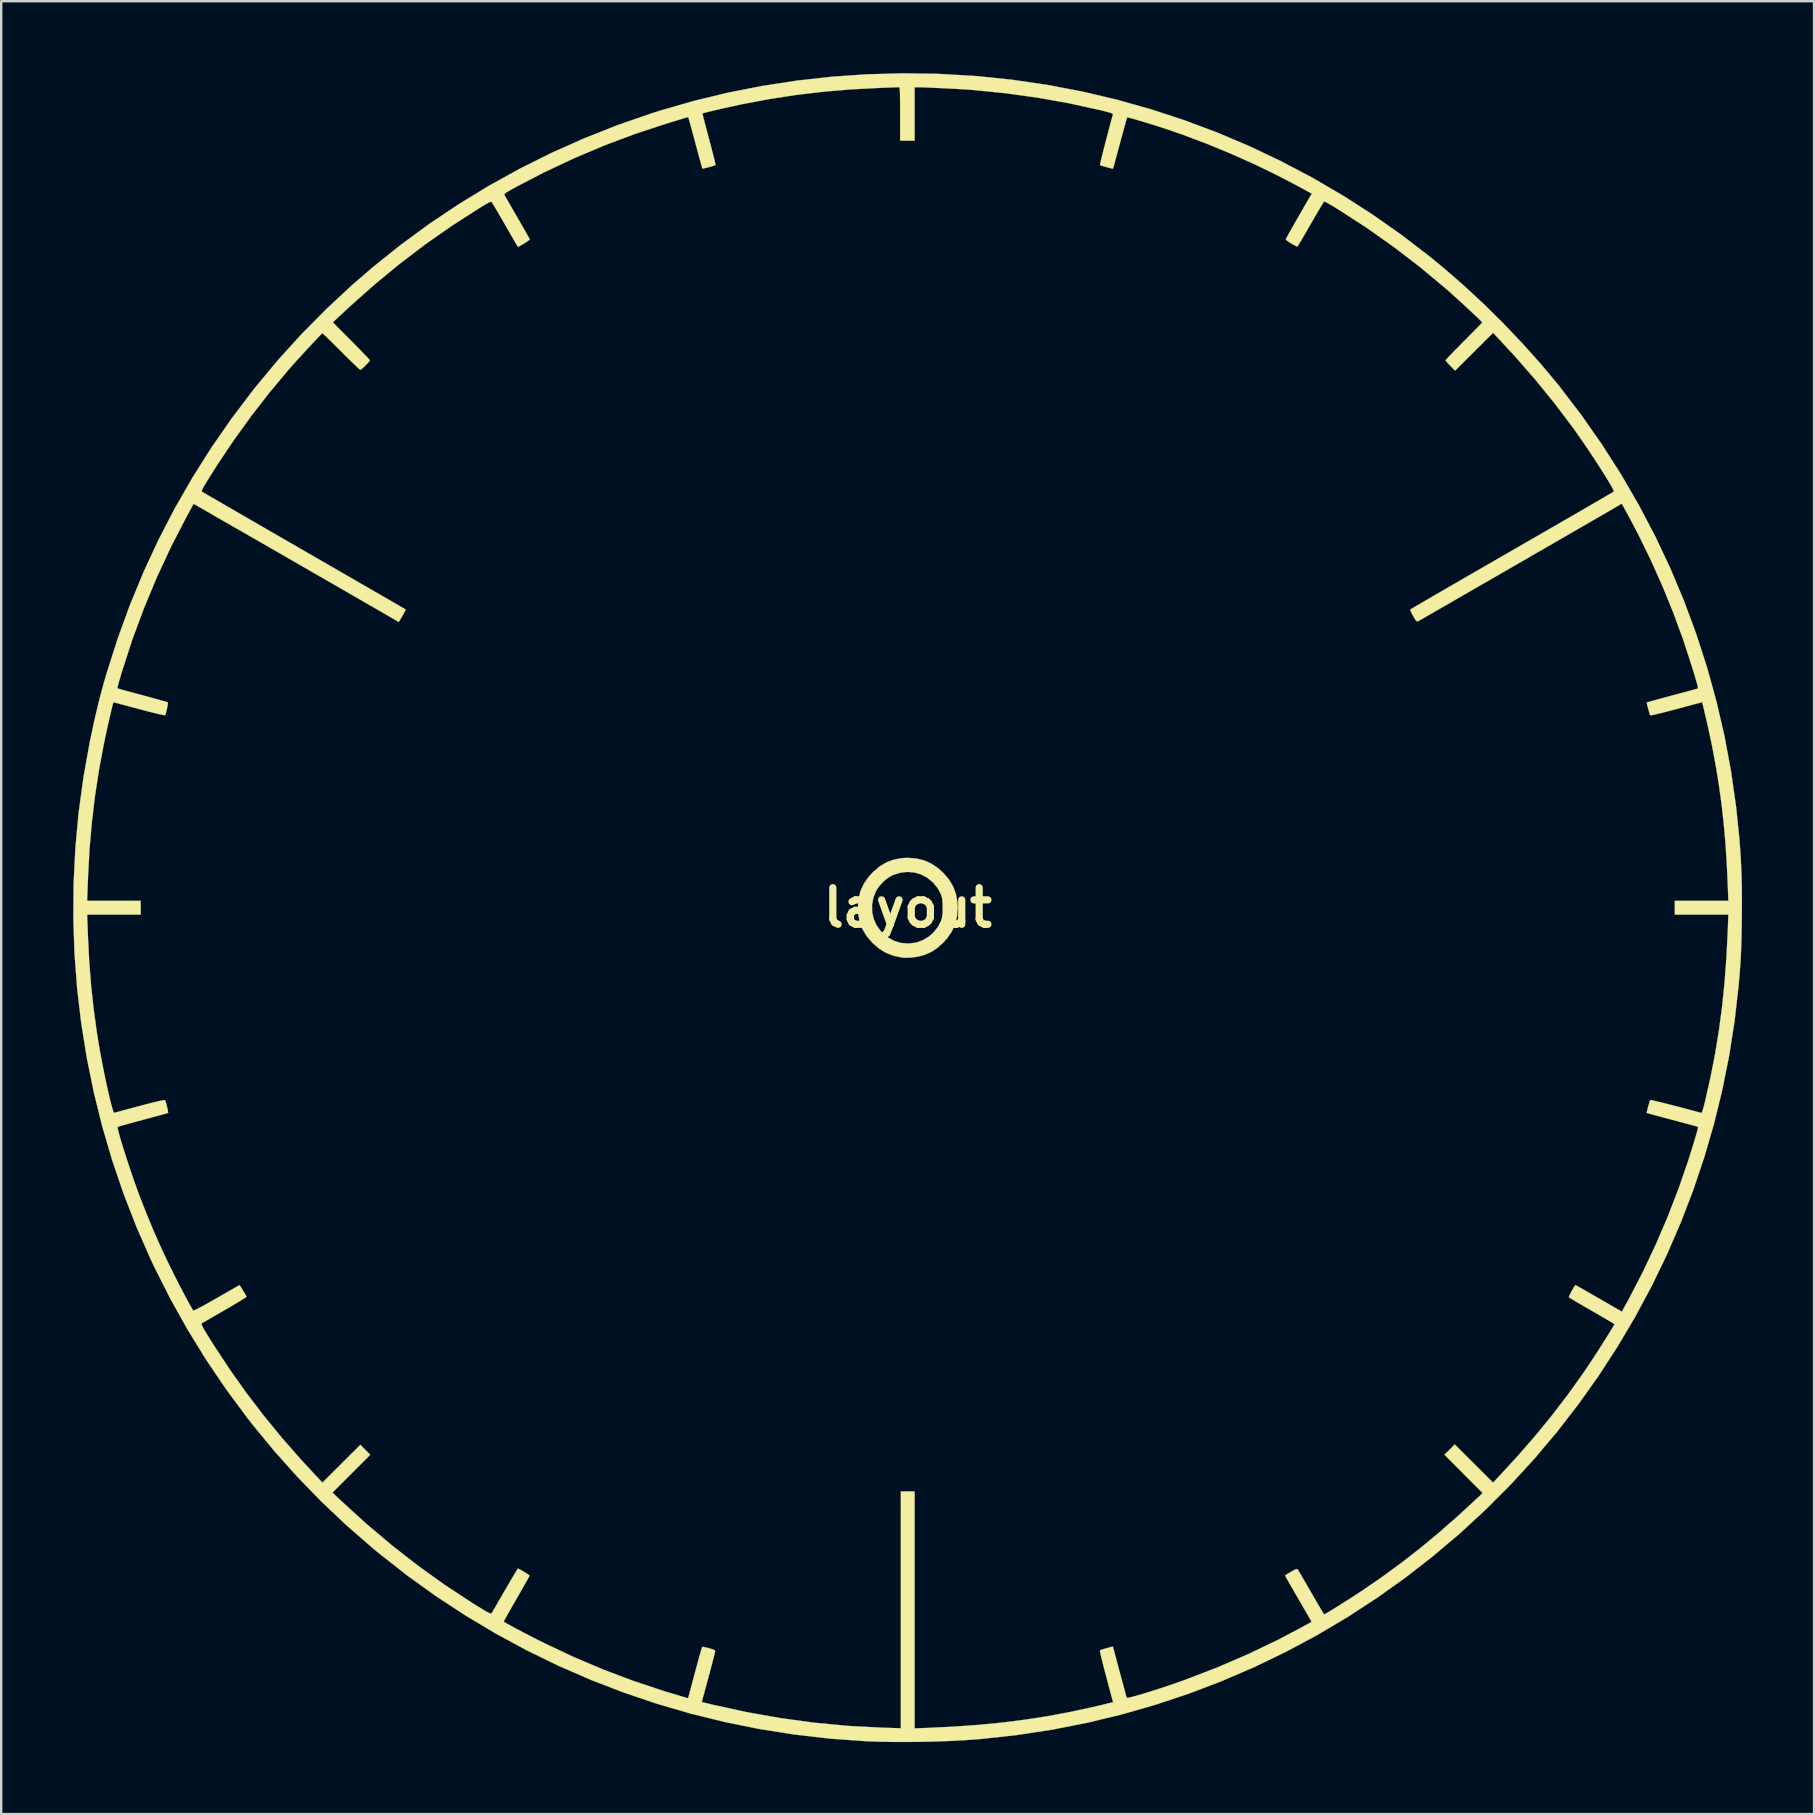
<source format=kicad_pcb>
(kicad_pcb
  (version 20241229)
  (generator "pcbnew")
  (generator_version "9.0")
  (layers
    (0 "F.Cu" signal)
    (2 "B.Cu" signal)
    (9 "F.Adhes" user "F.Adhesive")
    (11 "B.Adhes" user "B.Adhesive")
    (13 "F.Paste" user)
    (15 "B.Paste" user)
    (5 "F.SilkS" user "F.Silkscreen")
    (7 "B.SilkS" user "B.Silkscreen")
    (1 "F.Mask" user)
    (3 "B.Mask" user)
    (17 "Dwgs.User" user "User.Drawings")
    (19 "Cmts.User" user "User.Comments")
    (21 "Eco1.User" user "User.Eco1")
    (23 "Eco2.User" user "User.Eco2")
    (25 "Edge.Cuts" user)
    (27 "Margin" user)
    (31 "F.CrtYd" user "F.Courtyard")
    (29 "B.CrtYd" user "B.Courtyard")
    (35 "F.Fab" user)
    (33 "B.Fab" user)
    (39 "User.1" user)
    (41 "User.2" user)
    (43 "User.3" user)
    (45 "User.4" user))
  (footprint "layout"
    (layer "F.Cu")
    (at 34.768 34.767)
    (property "Reference" "layout" (at 0 0 0) (layer "F.SilkS") (effects (font (size 1.524 1.524) (thickness 0.3))))
    (attr through_hole)
    (fp_poly (pts (xy 0.357 -2.052) (xy 0.684 -1.972) (xy 0.987 -1.836) (xy 1.272 -1.641) (xy 1.48 -1.451) (xy 1.716 -1.177) (xy 1.89 -0.887) (xy 2.007 -0.577) (xy 2.068 -0.24) (xy 2.079 0) (xy 2.053 0.359) (xy 1.973 0.686) (xy 1.837 0.989) (xy 1.642 1.272) (xy 1.48 1.451) (xy 1.238 1.67) (xy 0.994 1.834) (xy 0.734 1.953) (xy 0.585 2) (xy 0.359 2.049) (xy 0.121 2.078) (xy -0.105 2.084) (xy -0.271 2.071) (xy -0.616 1.993) (xy -0.922 1.871) (xy -1.201 1.699) (xy -1.464 1.47) (xy -1.467 1.467) (xy -1.706 1.19) (xy -1.884 0.895) (xy -2.004 0.578) (xy -2.067 0.235) (xy -2.078 0) (xy -2.069 -0.117) (xy -1.488 -0.117) (xy -1.483 0.178) (xy -1.42 0.463) (xy -1.299 0.732) (xy -1.122 0.979) (xy -1.053 1.053) (xy -0.817 1.246) (xy -0.554 1.386) (xy -0.271 1.469) (xy 0.023 1.494) (xy 0.319 1.458) (xy 0.365 1.447) (xy 0.639 1.348) (xy 0.885 1.197) (xy 1.055 1.049) (xy 1.246 0.818) (xy 1.383 0.562) (xy 1.466 0.289) (xy 1.494 0.008) (xy 1.468 -0.274) (xy 1.388 -0.549) (xy 1.253 -0.807) (xy 1.063 -1.043) (xy 1.053 -1.053) (xy 0.815 -1.248) (xy 0.552 -1.387) (xy 0.271 -1.469) (xy -0.021 -1.493) (xy -0.318 -1.457) (xy -0.613 -1.362) (xy -0.707 -1.317) (xy -0.862 -1.218) (xy -1.023 -1.079) (xy -1.171 -0.92) (xy -1.287 -0.761) (xy -1.317 -0.707) (xy -1.433 -0.414) (xy -1.488 -0.117) (xy -2.069 -0.117) (xy -2.052 -0.357) (xy -1.972 -0.684) (xy -1.836 -0.987) (xy -1.641 -1.272) (xy -1.451 -1.48) (xy -1.178 -1.715) (xy -0.89 -1.889) (xy -0.581 -2.005) (xy -0.244 -2.066) (xy 0 -2.078) (xy 0.357 -2.052)) (stroke (width 0.01) (type solid)) (fill yes) (layer "F.SilkS"))
    (fp_poly (pts (xy 1.26 -34.741) (xy 2.735 -34.657) (xy 2.896 -34.645) (xy 4.371 -34.492) (xy 5.833 -34.277) (xy 7.281 -34.001) (xy 8.712 -33.664) (xy 10.125 -33.267) (xy 11.519 -32.811) (xy 12.892 -32.297) (xy 14.241 -31.725) (xy 15.566 -31.095) (xy 16.865 -30.409) (xy 18.136 -29.667) (xy 19.377 -28.871) (xy 20.587 -28.019) (xy 21.763 -27.115) (xy 22.266 -26.703) (xy 23.125 -25.96) (xy 23.979 -25.169) (xy 24.816 -24.343) (xy 25.625 -23.493) (xy 26.394 -22.631) (xy 27.113 -21.768) (xy 27.148 -21.724) (xy 28.059 -20.532) (xy 28.914 -19.31) (xy 29.714 -18.059) (xy 30.456 -16.78) (xy 31.142 -15.474) (xy 31.77 -14.143) (xy 32.339 -12.787) (xy 32.85 -11.408) (xy 33.303 -10.006) (xy 33.695 -8.584) (xy 34.028 -7.143) (xy 34.3 -5.683) (xy 34.511 -4.205) (xy 34.645 -2.896) (xy 34.686 -2.362) (xy 34.716 -1.836) (xy 34.738 -1.305) (xy 34.75 -0.754) (xy 34.753 -0.169) (xy 34.748 0.464) (xy 34.747 0.509) (xy 34.741 0.898) (xy 34.735 1.235) (xy 34.727 1.532) (xy 34.717 1.802) (xy 34.705 2.056) (xy 34.691 2.306) (xy 34.672 2.565) (xy 34.65 2.844) (xy 34.622 3.155) (xy 34.613 3.263) (xy 34.448 4.72) (xy 34.222 6.164) (xy 33.936 7.593) (xy 33.589 9.006) (xy 33.184 10.4) (xy 32.722 11.773) (xy 32.202 13.125) (xy 31.627 14.453) (xy 30.997 15.756) (xy 30.313 17.031) (xy 29.576 18.278) (xy 28.787 19.494) (xy 27.947 20.678) (xy 27.057 21.828) (xy 26.118 22.943) (xy 25.131 24.019) (xy 24.097 25.057) (xy 23.017 26.054) (xy 21.892 27.008) (xy 20.769 27.883) (xy 19.562 28.745) (xy 18.324 29.552) (xy 17.057 30.303) (xy 15.76 30.998) (xy 14.437 31.637) (xy 13.089 32.218) (xy 11.717 32.741) (xy 10.323 33.205) (xy 8.909 33.611) (xy 7.476 33.956) (xy 6.025 34.242) (xy 4.559 34.466) (xy 3.079 34.629) (xy 2.881 34.646) (xy 2.365 34.683) (xy 1.803 34.712) (xy 1.21 34.735) (xy 0.602 34.75) (xy -0.008 34.756) (xy -0.602 34.755) (xy -1.167 34.745) (xy -1.686 34.727) (xy -1.767 34.723) (xy -3.25 34.616) (xy -4.721 34.447) (xy -6.179 34.216) (xy -7.623 33.925) (xy -9.05 33.573) (xy -10.458 33.162) (xy -11.847 32.692) (xy -13.214 32.164) (xy -14.558 31.578) (xy -15.876 30.936) (xy -17.168 30.237) (xy -18.431 29.483) (xy -19.664 28.674) (xy -20.865 27.811) (xy -22.032 26.894) (xy -22.297 26.675) (xy -23.39 25.723) (xy -24.432 24.737) (xy -25.428 23.711) (xy -26.384 22.642) (xy -27.305 21.522) (xy -27.511 21.258) (xy -28.389 20.074) (xy -29.217 18.851) (xy -29.992 17.594) (xy -30.713 16.306) (xy -31.378 14.991) (xy -31.546 14.634) (xy -32.138 13.284) (xy -32.671 11.913) (xy -33.144 10.522) (xy -33.557 9.115) (xy -33.909 7.693) (xy -34.202 6.258) (xy -34.434 4.812) (xy -34.605 3.357) (xy -34.715 1.896) (xy -34.763 0.43) (xy -34.757 -0.286) (xy -34.185 -0.286) (xy -31.957 -0.286) (xy -31.957 0.286) (xy -34.185 0.286) (xy -34.185 0.358) (xy -34.183 0.409) (xy -34.18 0.513) (xy -34.174 0.663) (xy -34.167 0.847) (xy -34.159 1.058) (xy -34.152 1.241) (xy -34.1 2.266) (xy -34.022 3.25) (xy -33.918 4.213) (xy -33.786 5.173) (xy -33.706 5.673) (xy -33.654 5.971) (xy -33.598 6.279) (xy -33.538 6.59) (xy -33.476 6.899) (xy -33.414 7.199) (xy -33.352 7.484) (xy -33.292 7.748) (xy -33.236 7.985) (xy -33.185 8.188) (xy -33.14 8.352) (xy -33.103 8.469) (xy -33.074 8.535) (xy -33.061 8.546) (xy -33.022 8.535) (xy -32.929 8.51) (xy -32.79 8.472) (xy -32.611 8.424) (xy -32.401 8.368) (xy -32.167 8.305) (xy -31.992 8.259) (xy -31.674 8.175) (xy -31.411 8.108) (xy -31.205 8.059) (xy -31.057 8.028) (xy -30.969 8.015) (xy -30.941 8.018) (xy -30.921 8.067) (xy -30.895 8.155) (xy -30.867 8.263) (xy -30.841 8.374) (xy -30.822 8.469) (xy -30.814 8.532) (xy -30.815 8.545) (xy -30.849 8.557) (xy -30.936 8.583) (xy -31.071 8.621) (xy -31.245 8.669) (xy -31.452 8.725) (xy -31.684 8.788) (xy -31.863 8.836) (xy -32.109 8.902) (xy -32.336 8.964) (xy -32.535 9.019) (xy -32.7 9.065) (xy -32.824 9.101) (xy -32.898 9.124) (xy -32.917 9.131) (xy -32.918 9.171) (xy -32.899 9.263) (xy -32.864 9.403) (xy -32.814 9.583) (xy -32.75 9.797) (xy -32.676 10.039) (xy -32.593 10.301) (xy -32.503 10.578) (xy -32.408 10.863) (xy -32.311 11.149) (xy -32.214 11.43) (xy -32.118 11.699) (xy -32.026 11.951) (xy -31.967 12.106) (xy -31.699 12.786) (xy -31.434 13.425) (xy -31.163 14.041) (xy -30.877 14.655) (xy -30.567 15.288) (xy -30.56 15.301) (xy -30.438 15.541) (xy -30.316 15.78) (xy -30.196 16.01) (xy -30.083 16.223) (xy -29.981 16.412) (xy -29.893 16.571) (xy -29.824 16.691) (xy -29.777 16.766) (xy -29.762 16.785) (xy -29.729 16.776) (xy -29.648 16.738) (xy -29.525 16.675) (xy -29.366 16.591) (xy -29.179 16.487) (xy -28.969 16.369) (xy -28.792 16.268) (xy -28.57 16.14) (xy -28.366 16.023) (xy -28.186 15.92) (xy -28.037 15.835) (xy -27.925 15.771) (xy -27.857 15.733) (xy -27.838 15.724) (xy -27.819 15.749) (xy -27.777 15.815) (xy -27.72 15.906) (xy -27.657 16.01) (xy -27.598 16.111) (xy -27.55 16.195) (xy -27.544 16.206) (xy -27.568 16.227) (xy -27.64 16.275) (xy -27.756 16.346) (xy -27.907 16.438) (xy -28.089 16.546) (xy -28.294 16.667) (xy -28.448 16.756) (xy -28.668 16.883) (xy -28.873 17.001) (xy -29.054 17.106) (xy -29.205 17.194) (xy -29.319 17.26) (xy -29.389 17.301) (xy -29.408 17.313) (xy -29.42 17.329) (xy -29.42 17.359) (xy -29.403 17.407) (xy -29.368 17.48) (xy -29.311 17.581) (xy -29.23 17.716) (xy -29.122 17.891) (xy -28.984 18.111) (xy -28.873 18.285) (xy -28.221 19.273) (xy -27.543 20.228) (xy -26.831 21.16) (xy -26.078 22.079) (xy -25.276 22.994) (xy -24.67 23.649) (xy -24.385 23.952) (xy -23.595 23.164) (xy -22.805 22.376) (xy -22.599 22.583) (xy -22.393 22.791) (xy -23.181 23.579) (xy -23.969 24.368) (xy -23.563 24.75) (xy -22.523 25.694) (xy -21.473 26.579) (xy -20.405 27.411) (xy -19.314 28.194) (xy -18.192 28.932) (xy -17.887 29.123) (xy -17.706 29.234) (xy -17.572 29.314) (xy -17.476 29.367) (xy -17.411 29.397) (xy -17.37 29.407) (xy -17.346 29.401) (xy -17.332 29.387) (xy -17.307 29.346) (xy -17.255 29.258) (xy -17.18 29.128) (xy -17.084 28.964) (xy -16.974 28.773) (xy -16.852 28.562) (xy -16.777 28.432) (xy -16.651 28.215) (xy -16.536 28.017) (xy -16.434 27.845) (xy -16.35 27.704) (xy -16.288 27.601) (xy -16.251 27.543) (xy -16.242 27.533) (xy -16.202 27.548) (xy -16.127 27.587) (xy -16.032 27.642) (xy -15.932 27.702) (xy -15.842 27.759) (xy -15.778 27.804) (xy -15.756 27.825) (xy -15.771 27.858) (xy -15.815 27.939) (xy -15.883 28.062) (xy -15.973 28.221) (xy -16.079 28.408) (xy -16.2 28.618) (xy -16.3 28.792) (xy -16.428 29.014) (xy -16.544 29.218) (xy -16.646 29.397) (xy -16.729 29.546) (xy -16.79 29.657) (xy -16.826 29.725) (xy -16.833 29.743) (xy -16.791 29.772) (xy -16.699 29.825) (xy -16.566 29.898) (xy -16.401 29.988) (xy -16.21 30.089) (xy -16.002 30.199) (xy -15.784 30.312) (xy -15.564 30.425) (xy -15.351 30.534) (xy -15.152 30.633) (xy -15.151 30.634) (xy -13.925 31.213) (xy -12.691 31.737) (xy -11.435 32.211) (xy -10.147 32.64) (xy -9.309 32.89) (xy -9.15 32.936) (xy -8.866 31.872) (xy -8.799 31.622) (xy -8.736 31.392) (xy -8.68 31.19) (xy -8.632 31.022) (xy -8.595 30.895) (xy -8.571 30.817) (xy -8.562 30.795) (xy -8.524 30.797) (xy -8.44 30.813) (xy -8.326 30.839) (xy -8.281 30.851) (xy -8.14 30.892) (xy -8.056 30.928) (xy -8.023 30.961) (xy -8.022 30.969) (xy -8.03 31.01) (xy -8.053 31.106) (xy -8.089 31.248) (xy -8.135 31.428) (xy -8.191 31.64) (xy -8.254 31.876) (xy -8.302 32.056) (xy -8.582 33.094) (xy -8.087 33.213) (xy -6.695 33.516) (xy -5.289 33.764) (xy -3.878 33.955) (xy -2.469 34.088) (xy -1.071 34.161) (xy -1.003 34.163) (xy -0.839 34.168) (xy -0.669 34.173) (xy -0.523 34.178) (xy -0.501 34.178) (xy -0.286 34.185) (xy -0.286 24.318) (xy 0.286 24.318) (xy 0.286 34.189) (xy 0.82 34.17) (xy 1.896 34.119) (xy 2.923 34.046) (xy 3.91 33.951) (xy 4.868 33.83) (xy 5.808 33.685) (xy 6.739 33.512) (xy 7.673 33.31) (xy 8.026 33.227) (xy 8.555 33.099) (xy 8.515 32.95) (xy 8.398 32.516) (xy 8.298 32.141) (xy 8.214 31.822) (xy 8.145 31.556) (xy 8.091 31.342) (xy 8.051 31.176) (xy 8.025 31.055) (xy 8.011 30.978) (xy 8.009 30.942) (xy 8.01 30.939) (xy 8.048 30.922) (xy 8.127 30.896) (xy 8.231 30.865) (xy 8.342 30.834) (xy 8.443 30.807) (xy 8.517 30.79) (xy 8.547 30.788) (xy 8.556 30.819) (xy 8.58 30.905) (xy 8.615 31.038) (xy 8.662 31.211) (xy 8.717 31.418) (xy 8.779 31.65) (xy 8.831 31.845) (xy 8.898 32.094) (xy 8.959 32.323) (xy 9.014 32.524) (xy 9.059 32.692) (xy 9.094 32.818) (xy 9.116 32.896) (xy 9.123 32.918) (xy 9.16 32.92) (xy 9.249 32.903) (xy 9.386 32.869) (xy 9.563 32.82) (xy 9.775 32.758) (xy 10.014 32.685) (xy 10.274 32.602) (xy 10.549 32.513) (xy 10.833 32.419) (xy 11.117 32.322) (xy 11.397 32.224) (xy 11.57 32.162) (xy 12.903 31.649) (xy 14.195 31.092) (xy 15.443 30.492) (xy 16.3 30.041) (xy 16.829 29.752) (xy 16.542 29.255) (xy 16.423 29.048) (xy 16.289 28.817) (xy 16.154 28.584) (xy 16.032 28.373) (xy 15.989 28.301) (xy 15.901 28.147) (xy 15.825 28.013) (xy 15.767 27.908) (xy 15.733 27.842) (xy 15.725 27.823) (xy 15.751 27.8) (xy 15.82 27.753) (xy 15.92 27.693) (xy 15.969 27.664) (xy 16.087 27.598) (xy 16.162 27.562) (xy 16.208 27.551) (xy 16.236 27.561) (xy 16.253 27.58) (xy 16.278 27.62) (xy 16.331 27.709) (xy 16.407 27.838) (xy 16.502 28.002) (xy 16.613 28.193) (xy 16.735 28.405) (xy 16.812 28.538) (xy 16.937 28.755) (xy 17.053 28.954) (xy 17.155 29.127) (xy 17.24 29.269) (xy 17.303 29.372) (xy 17.341 29.431) (xy 17.35 29.442) (xy 17.386 29.426) (xy 17.467 29.379) (xy 17.587 29.308) (xy 17.738 29.215) (xy 17.913 29.107) (xy 18.103 28.987) (xy 18.303 28.86) (xy 18.504 28.732) (xy 18.698 28.606) (xy 18.879 28.487) (xy 18.973 28.425) (xy 19.782 27.867) (xy 20.568 27.291) (xy 21.34 26.69) (xy 22.109 26.054) (xy 22.883 25.376) (xy 23.665 24.656) (xy 23.952 24.386) (xy 23.156 23.588) (xy 22.361 22.79) (xy 22.79 22.361) (xy 23.588 23.156) (xy 24.386 23.952) (xy 24.656 23.665) (xy 25.434 22.818) (xy 26.16 21.982) (xy 26.84 21.15) (xy 27.482 20.312) (xy 28.094 19.459) (xy 28.417 18.984) (xy 28.532 18.81) (xy 28.656 18.62) (xy 28.786 18.42) (xy 28.915 18.217) (xy 29.04 18.019) (xy 29.156 17.834) (xy 29.258 17.668) (xy 29.342 17.53) (xy 29.403 17.426) (xy 29.436 17.364) (xy 29.442 17.35) (xy 29.415 17.33) (xy 29.339 17.283) (xy 29.221 17.212) (xy 29.066 17.12) (xy 28.881 17.012) (xy 28.673 16.892) (xy 28.501 16.792) (xy 28.278 16.664) (xy 28.073 16.545) (xy 27.893 16.44) (xy 27.743 16.351) (xy 27.631 16.283) (xy 27.563 16.24) (xy 27.544 16.226) (xy 27.553 16.192) (xy 27.586 16.118) (xy 27.634 16.021) (xy 27.69 15.916) (xy 27.746 15.82) (xy 27.792 15.748) (xy 27.806 15.728) (xy 27.811 15.726) (xy 27.823 15.728) (xy 27.846 15.738) (xy 27.886 15.758) (xy 27.947 15.792) (xy 28.036 15.842) (xy 28.156 15.91) (xy 28.312 16) (xy 28.511 16.114) (xy 28.756 16.255) (xy 28.953 16.369) (xy 29.752 16.83) (xy 30.058 16.269) (xy 30.624 15.177) (xy 31.159 14.045) (xy 31.656 12.887) (xy 32.109 11.717) (xy 32.512 10.551) (xy 32.667 10.058) (xy 32.746 9.797) (xy 32.809 9.59) (xy 32.856 9.431) (xy 32.889 9.314) (xy 32.911 9.231) (xy 32.922 9.177) (xy 32.924 9.145) (xy 32.918 9.129) (xy 32.907 9.121) (xy 32.902 9.119) (xy 32.863 9.108) (xy 32.77 9.083) (xy 32.631 9.045) (xy 32.452 8.998) (xy 32.242 8.941) (xy 32.007 8.879) (xy 31.83 8.831) (xy 31.584 8.766) (xy 31.359 8.706) (xy 31.161 8.652) (xy 30.998 8.608) (xy 30.878 8.575) (xy 30.806 8.555) (xy 30.789 8.55) (xy 30.791 8.517) (xy 30.808 8.441) (xy 30.834 8.338) (xy 30.865 8.226) (xy 30.895 8.123) (xy 30.92 8.046) (xy 30.935 8.012) (xy 30.969 8.016) (xy 31.056 8.033) (xy 31.187 8.063) (xy 31.354 8.104) (xy 31.548 8.151) (xy 31.762 8.205) (xy 31.986 8.262) (xy 32.213 8.321) (xy 32.433 8.379) (xy 32.638 8.434) (xy 32.819 8.484) (xy 32.969 8.526) (xy 33.044 8.548) (xy 33.066 8.546) (xy 33.087 8.52) (xy 33.111 8.462) (xy 33.141 8.365) (xy 33.179 8.22) (xy 33.226 8.03) (xy 33.446 7.057) (xy 33.635 6.089) (xy 33.794 5.117) (xy 33.926 4.128) (xy 34.03 3.113) (xy 34.109 2.061) (xy 34.164 0.962) (xy 34.169 0.82) (xy 34.188 0.286) (xy 31.957 0.286) (xy 31.957 -0.286) (xy 34.188 -0.286) (xy 34.169 -0.82) (xy 34.127 -1.754) (xy 34.071 -2.638) (xy 33.997 -3.485) (xy 33.906 -4.306) (xy 33.795 -5.113) (xy 33.663 -5.918) (xy 33.51 -6.734) (xy 33.483 -6.866) (xy 33.447 -7.039) (xy 33.405 -7.234) (xy 33.359 -7.444) (xy 33.311 -7.659) (xy 33.263 -7.87) (xy 33.217 -8.068) (xy 33.175 -8.245) (xy 33.14 -8.39) (xy 33.113 -8.497) (xy 33.096 -8.554) (xy 33.092 -8.562) (xy 33.061 -8.554) (xy 32.976 -8.531) (xy 32.843 -8.496) (xy 32.67 -8.45) (xy 32.464 -8.395) (xy 32.231 -8.332) (xy 32.021 -8.276) (xy 31.771 -8.21) (xy 31.541 -8.151) (xy 31.338 -8.1) (xy 31.168 -8.059) (xy 31.04 -8.03) (xy 30.96 -8.015) (xy 30.935 -8.014) (xy 30.919 -8.052) (xy 30.893 -8.132) (xy 30.863 -8.237) (xy 30.833 -8.348) (xy 30.807 -8.449) (xy 30.791 -8.523) (xy 30.789 -8.551) (xy 30.821 -8.561) (xy 30.907 -8.585) (xy 31.04 -8.622) (xy 31.212 -8.669) (xy 31.418 -8.725) (xy 31.648 -8.787) (xy 31.815 -8.832) (xy 32.061 -8.898) (xy 32.289 -8.96) (xy 32.491 -9.014) (xy 32.659 -9.059) (xy 32.786 -9.094) (xy 32.864 -9.115) (xy 32.885 -9.121) (xy 32.902 -9.127) (xy 32.915 -9.135) (xy 32.921 -9.154) (xy 32.919 -9.188) (xy 32.907 -9.246) (xy 32.884 -9.333) (xy 32.849 -9.456) (xy 32.8 -9.621) (xy 32.735 -9.836) (xy 32.67 -10.048) (xy 32.312 -11.151) (xy 31.903 -12.268) (xy 31.449 -13.384) (xy 30.957 -14.486) (xy 30.432 -15.559) (xy 30.039 -16.303) (xy 29.748 -16.835) (xy 29.651 -16.777) (xy 29.61 -16.753) (xy 29.519 -16.7) (xy 29.38 -16.619) (xy 29.197 -16.513) (xy 28.974 -16.385) (xy 28.716 -16.235) (xy 28.424 -16.067) (xy 28.104 -15.882) (xy 27.759 -15.682) (xy 27.392 -15.47) (xy 27.007 -15.248) (xy 26.609 -15.018) (xy 26.2 -14.782) (xy 25.785 -14.543) (xy 25.367 -14.301) (xy 24.95 -14.061) (xy 24.537 -13.822) (xy 24.132 -13.589) (xy 23.74 -13.363) (xy 23.363 -13.145) (xy 23.005 -12.939) (xy 22.671 -12.746) (xy 22.363 -12.569) (xy 22.086 -12.409) (xy 21.843 -12.269) (xy 21.638 -12.151) (xy 21.475 -12.057) (xy 21.357 -11.99) (xy 21.288 -11.95) (xy 21.271 -11.941) (xy 21.236 -11.927) (xy 21.205 -11.934) (xy 21.169 -11.971) (xy 21.119 -12.047) (xy 21.058 -12.151) (xy 20.988 -12.277) (xy 20.95 -12.36) (xy 20.942 -12.41) (xy 20.953 -12.433) (xy 20.985 -12.453) (xy 21.069 -12.503) (xy 21.201 -12.58) (xy 21.377 -12.683) (xy 21.594 -12.81) (xy 21.849 -12.958) (xy 22.137 -13.125) (xy 22.455 -13.309) (xy 22.8 -13.509) (xy 23.168 -13.722) (xy 23.555 -13.945) (xy 23.958 -14.178) (xy 24.031 -14.22) (xy 24.695 -14.603) (xy 25.305 -14.955) (xy 25.864 -15.277) (xy 26.374 -15.571) (xy 26.836 -15.838) (xy 27.253 -16.079) (xy 27.626 -16.295) (xy 27.958 -16.486) (xy 28.25 -16.656) (xy 28.504 -16.803) (xy 28.723 -16.93) (xy 28.908 -17.038) (xy 29.06 -17.127) (xy 29.183 -17.199) (xy 29.278 -17.255) (xy 29.347 -17.297) (xy 29.392 -17.324) (xy 29.415 -17.339) (xy 29.418 -17.342) (xy 29.411 -17.378) (xy 29.372 -17.461) (xy 29.303 -17.585) (xy 29.209 -17.746) (xy 29.093 -17.937) (xy 28.957 -18.152) (xy 28.807 -18.388) (xy 28.645 -18.637) (xy 28.475 -18.895) (xy 28.3 -19.156) (xy 28.124 -19.415) (xy 27.95 -19.665) (xy 27.782 -19.903) (xy 27.707 -20.007) (xy 26.954 -21.007) (xy 26.142 -22.005) (xy 25.276 -22.996) (xy 24.672 -23.649) (xy 24.386 -23.952) (xy 23.595 -23.164) (xy 22.805 -22.376) (xy 22.606 -22.576) (xy 22.518 -22.668) (xy 22.449 -22.746) (xy 22.412 -22.797) (xy 22.408 -22.807) (xy 22.43 -22.836) (xy 22.492 -22.905) (xy 22.588 -23.007) (xy 22.714 -23.138) (xy 22.865 -23.292) (xy 23.035 -23.464) (xy 23.172 -23.602) (xy 23.353 -23.783) (xy 23.518 -23.95) (xy 23.663 -24.097) (xy 23.782 -24.219) (xy 23.871 -24.312) (xy 23.923 -24.369) (xy 23.936 -24.385) (xy 23.913 -24.412) (xy 23.85 -24.476) (xy 23.752 -24.572) (xy 23.625 -24.692) (xy 23.476 -24.831) (xy 23.312 -24.984) (xy 23.139 -25.144) (xy 22.962 -25.306) (xy 22.788 -25.463) (xy 22.625 -25.611) (xy 22.477 -25.742) (xy 22.408 -25.802) (xy 21.352 -26.683) (xy 20.248 -27.53) (xy 19.105 -28.337) (xy 17.931 -29.096) (xy 17.892 -29.12) (xy 17.729 -29.219) (xy 17.584 -29.304) (xy 17.467 -29.37) (xy 17.384 -29.412) (xy 17.347 -29.426) (xy 17.346 -29.426) (xy 17.325 -29.395) (xy 17.276 -29.316) (xy 17.203 -29.195) (xy 17.11 -29.038) (xy 17.001 -28.852) (xy 16.88 -28.644) (xy 16.79 -28.487) (xy 16.663 -28.267) (xy 16.545 -28.065) (xy 16.441 -27.887) (xy 16.354 -27.74) (xy 16.289 -27.631) (xy 16.248 -27.566) (xy 16.236 -27.55) (xy 16.197 -27.557) (xy 16.122 -27.591) (xy 16.026 -27.644) (xy 15.926 -27.705) (xy 15.836 -27.765) (xy 15.772 -27.816) (xy 15.749 -27.848) (xy 15.749 -27.849) (xy 15.766 -27.883) (xy 15.81 -27.964) (xy 15.877 -28.085) (xy 15.963 -28.237) (xy 16.062 -28.412) (xy 16.17 -28.602) (xy 16.283 -28.801) (xy 16.397 -28.998) (xy 16.506 -29.188) (xy 16.606 -29.361) (xy 16.693 -29.509) (xy 16.762 -29.626) (xy 16.777 -29.651) (xy 16.836 -29.749) (xy 16.272 -30.056) (xy 15.368 -30.528) (xy 14.419 -30.987) (xy 13.443 -31.423) (xy 12.458 -31.829) (xy 11.482 -32.197) (xy 10.895 -32.401) (xy 10.678 -32.473) (xy 10.449 -32.547) (xy 10.215 -32.621) (xy 9.986 -32.692) (xy 9.768 -32.758) (xy 9.571 -32.816) (xy 9.401 -32.865) (xy 9.267 -32.901) (xy 9.178 -32.923) (xy 9.141 -32.928) (xy 9.14 -32.927) (xy 9.129 -32.894) (xy 9.103 -32.807) (xy 9.065 -32.673) (xy 9.017 -32.498) (xy 8.96 -32.29) (xy 8.896 -32.057) (xy 8.842 -31.855) (xy 8.775 -31.606) (xy 8.714 -31.378) (xy 8.659 -31.177) (xy 8.614 -31.011) (xy 8.579 -30.886) (xy 8.558 -30.81) (xy 8.551 -30.789) (xy 8.519 -30.793) (xy 8.443 -30.811) (xy 8.34 -30.838) (xy 8.228 -30.869) (xy 8.124 -30.9) (xy 8.045 -30.925) (xy 8.008 -30.941) (xy 8.008 -30.941) (xy 8.012 -30.974) (xy 8.031 -31.059) (xy 8.062 -31.189) (xy 8.103 -31.355) (xy 8.152 -31.549) (xy 8.206 -31.761) (xy 8.264 -31.985) (xy 8.323 -32.21) (xy 8.38 -32.429) (xy 8.435 -32.633) (xy 8.484 -32.814) (xy 8.525 -32.963) (xy 8.549 -33.044) (xy 8.546 -33.065) (xy 8.52 -33.087) (xy 8.462 -33.111) (xy 8.365 -33.141) (xy 8.221 -33.179) (xy 8.023 -33.228) (xy 8.015 -33.23) (xy 6.733 -33.512) (xy 5.418 -33.747) (xy 4.082 -33.932) (xy 2.736 -34.067) (xy 2.658 -34.073) (xy 2.492 -34.085) (xy 2.282 -34.098) (xy 2.039 -34.112) (xy 1.775 -34.126) (xy 1.502 -34.14) (xy 1.231 -34.153) (xy 0.973 -34.164) (xy 0.74 -34.174) (xy 0.544 -34.18) (xy 0.396 -34.184) (xy 0.358 -34.185) (xy 0.286 -34.185) (xy 0.286 -31.957) (xy -0.318 -31.957) (xy -0.318 -33.071) (xy -0.318 -33.367) (xy -0.319 -33.606) (xy -0.321 -33.793) (xy -0.324 -33.935) (xy -0.328 -34.038) (xy -0.334 -34.109) (xy -0.342 -34.152) (xy -0.352 -34.175) (xy -0.366 -34.184) (xy -0.374 -34.185) (xy -0.42 -34.183) (xy -0.52 -34.18) (xy -0.666 -34.174) (xy -0.848 -34.168) (xy -1.056 -34.16) (xy -1.241 -34.152) (xy -2.406 -34.09) (xy -3.531 -33.994) (xy -4.632 -33.864) (xy -5.726 -33.696) (xy -6.828 -33.49) (xy -6.866 -33.482) (xy -7.06 -33.442) (xy -7.272 -33.396) (xy -7.494 -33.347) (xy -7.716 -33.297) (xy -7.929 -33.248) (xy -8.124 -33.203) (xy -8.294 -33.162) (xy -8.427 -33.128) (xy -8.516 -33.104) (xy -8.552 -33.091) (xy -8.547 -33.059) (xy -8.526 -32.973) (xy -8.493 -32.839) (xy -8.448 -32.665) (xy -8.394 -32.458) (xy -8.332 -32.225) (xy -8.277 -32.019) (xy -8.211 -31.77) (xy -8.151 -31.54) (xy -8.099 -31.338) (xy -8.057 -31.169) (xy -8.027 -31.042) (xy -8.011 -30.964) (xy -8.009 -30.94) (xy -8.045 -30.925) (xy -8.123 -30.9) (xy -8.227 -30.87) (xy -8.34 -30.84) (xy -8.443 -30.814) (xy -8.521 -30.797) (xy -8.555 -30.793) (xy -8.555 -30.793) (xy -8.565 -30.825) (xy -8.589 -30.911) (xy -8.626 -31.044) (xy -8.674 -31.218) (xy -8.73 -31.425) (xy -8.793 -31.657) (xy -8.847 -31.86) (xy -8.914 -32.109) (xy -8.976 -32.338) (xy -9.032 -32.539) (xy -9.078 -32.707) (xy -9.114 -32.832) (xy -9.136 -32.909) (xy -9.144 -32.931) (xy -9.18 -32.932) (xy -9.248 -32.915) (xy -9.249 -32.914) (xy -9.306 -32.897) (xy -9.413 -32.863) (xy -9.562 -32.818) (xy -9.741 -32.763) (xy -9.94 -32.702) (xy -10.042 -32.671) (xy -11.329 -32.249) (xy -12.614 -31.768) (xy -13.885 -31.232) (xy -15.133 -30.646) (xy -16.303 -30.039) (xy -16.49 -29.935) (xy -16.628 -29.857) (xy -16.722 -29.799) (xy -16.779 -29.757) (xy -16.805 -29.726) (xy -16.808 -29.702) (xy -16.805 -29.696) (xy -16.783 -29.656) (xy -16.732 -29.568) (xy -16.658 -29.439) (xy -16.564 -29.276) (xy -16.455 -29.086) (xy -16.333 -28.876) (xy -16.264 -28.757) (xy -16.14 -28.541) (xy -16.025 -28.342) (xy -15.926 -28.168) (xy -15.844 -28.024) (xy -15.785 -27.918) (xy -15.752 -27.856) (xy -15.746 -27.843) (xy -15.769 -27.818) (xy -15.832 -27.771) (xy -15.921 -27.712) (xy -16.021 -27.65) (xy -16.117 -27.594) (xy -16.195 -27.553) (xy -16.241 -27.536) (xy -16.246 -27.537) (xy -16.263 -27.566) (xy -16.309 -27.644) (xy -16.378 -27.764) (xy -16.468 -27.92) (xy -16.574 -28.104) (xy -16.693 -28.31) (xy -16.769 -28.441) (xy -16.895 -28.66) (xy -17.013 -28.863) (xy -17.117 -29.043) (xy -17.205 -29.193) (xy -17.272 -29.305) (xy -17.313 -29.373) (xy -17.324 -29.39) (xy -17.342 -29.407) (xy -17.369 -29.411) (xy -17.412 -29.398) (xy -17.48 -29.366) (xy -17.579 -29.31) (xy -17.718 -29.227) (xy -17.883 -29.125) (xy -19.002 -28.405) (xy -20.089 -27.645) (xy -21.151 -26.838) (xy -22.195 -25.979) (xy -23.227 -25.065) (xy -23.649 -24.672) (xy -23.952 -24.386) (xy -23.18 -23.612) (xy -22.998 -23.428) (xy -22.832 -23.259) (xy -22.686 -23.108) (xy -22.565 -22.982) (xy -22.476 -22.886) (xy -22.422 -22.825) (xy -22.408 -22.805) (xy -22.43 -22.767) (xy -22.486 -22.701) (xy -22.563 -22.62) (xy -22.647 -22.537) (xy -22.726 -22.465) (xy -22.785 -22.419) (xy -22.807 -22.408) (xy -22.836 -22.43) (xy -22.905 -22.492) (xy -23.007 -22.588) (xy -23.138 -22.714) (xy -23.292 -22.865) (xy -23.464 -23.035) (xy -23.602 -23.172) (xy -23.783 -23.353) (xy -23.95 -23.518) (xy -24.097 -23.663) (xy -24.219 -23.782) (xy -24.312 -23.871) (xy -24.369 -23.923) (xy -24.385 -23.936) (xy -24.412 -23.913) (xy -24.476 -23.85) (xy -24.572 -23.752) (xy -24.692 -23.625) (xy -24.831 -23.476) (xy -24.984 -23.312) (xy -25.144 -23.139) (xy -25.305 -22.962) (xy -25.463 -22.789) (xy -25.61 -22.625) (xy -25.741 -22.477) (xy -25.802 -22.408) (xy -26.584 -21.473) (xy -27.348 -20.49) (xy -28.083 -19.472) (xy -28.778 -18.433) (xy -29.125 -17.883) (xy -29.236 -17.702) (xy -29.317 -17.566) (xy -29.371 -17.469) (xy -29.401 -17.404) (xy -29.411 -17.362) (xy -29.404 -17.337) (xy -29.394 -17.327) (xy -29.361 -17.307) (xy -29.276 -17.257) (xy -29.141 -17.178) (xy -28.961 -17.074) (xy -28.738 -16.944) (xy -28.475 -16.792) (xy -28.175 -16.618) (xy -27.841 -16.425) (xy -27.476 -16.214) (xy -27.083 -15.987) (xy -26.666 -15.745) (xy -26.227 -15.492) (xy -25.769 -15.227) (xy -25.295 -14.954) (xy -25.135 -14.862) (xy -24.658 -14.586) (xy -24.196 -14.32) (xy -23.752 -14.064) (xy -23.329 -13.819) (xy -22.93 -13.589) (xy -22.558 -13.375) (xy -22.216 -13.177) (xy -21.908 -12.999) (xy -21.635 -12.842) (xy -21.402 -12.707) (xy -21.211 -12.596) (xy -21.065 -12.512) (xy -20.967 -12.455) (xy -20.92 -12.428) (xy -20.916 -12.426) (xy -20.926 -12.396) (xy -20.962 -12.325) (xy -21.018 -12.223) (xy -21.055 -12.16) (xy -21.205 -11.903) (xy -21.305 -11.963) (xy -21.351 -11.99) (xy -21.448 -12.046) (xy -21.591 -12.129) (xy -21.777 -12.237) (xy -22.002 -12.367) (xy -22.261 -12.516) (xy -22.55 -12.683) (xy -22.865 -12.865) (xy -23.202 -13.059) (xy -23.556 -13.263) (xy -23.924 -13.475) (xy -24.301 -13.692) (xy -24.683 -13.912) (xy -25.066 -14.133) (xy -25.445 -14.352) (xy -25.818 -14.566) (xy -26.178 -14.774) (xy -26.523 -14.972) (xy -26.847 -15.159) (xy -27.148 -15.332) (xy -27.42 -15.488) (xy -27.659 -15.626) (xy -27.862 -15.742) (xy -28.024 -15.835) (xy -28.141 -15.902) (xy -28.201 -15.936) (xy -28.36 -16.027) (xy -28.556 -16.139) (xy -28.773 -16.263) (xy -28.992 -16.39) (xy -29.175 -16.496) (xy -29.751 -16.83) (xy -30.04 -16.301) (xy -30.681 -15.062) (xy -31.275 -13.787) (xy -31.819 -12.483) (xy -32.309 -11.161) (xy -32.74 -9.83) (xy -32.86 -9.422) (xy -32.893 -9.3) (xy -32.917 -9.204) (xy -32.927 -9.148) (xy -32.927 -9.14) (xy -32.895 -9.13) (xy -32.808 -9.105) (xy -32.675 -9.067) (xy -32.501 -9.019) (xy -32.295 -8.963) (xy -32.063 -8.9) (xy -31.879 -8.851) (xy -31.633 -8.784) (xy -31.406 -8.722) (xy -31.206 -8.666) (xy -31.041 -8.62) (xy -30.917 -8.584) (xy -30.843 -8.561) (xy -30.823 -8.553) (xy -30.822 -8.517) (xy -30.834 -8.437) (xy -30.854 -8.331) (xy -30.879 -8.219) (xy -30.905 -8.117) (xy -30.928 -8.043) (xy -30.937 -8.023) (xy -30.973 -8.022) (xy -31.065 -8.038) (xy -31.21 -8.07) (xy -31.402 -8.116) (xy -31.638 -8.176) (xy -31.913 -8.248) (xy -32.022 -8.277) (xy -32.271 -8.343) (xy -32.5 -8.405) (xy -32.701 -8.458) (xy -32.868 -8.503) (xy -32.993 -8.536) (xy -33.07 -8.557) (xy -33.092 -8.562) (xy -33.103 -8.533) (xy -33.125 -8.45) (xy -33.156 -8.323) (xy -33.195 -8.161) (xy -33.239 -7.972) (xy -33.286 -7.766) (xy -33.335 -7.552) (xy -33.382 -7.339) (xy -33.426 -7.135) (xy -33.466 -6.95) (xy -33.483 -6.866) (xy -33.689 -5.769) (xy -33.857 -4.684) (xy -33.988 -3.594) (xy -34.085 -2.483) (xy -34.149 -1.333) (xy -34.152 -1.241) (xy -34.161 -1.017) (xy -34.169 -0.81) (xy -34.175 -0.632) (xy -34.181 -0.49) (xy -34.184 -0.395) (xy -34.185 -0.358) (xy -34.185 -0.286) (xy -34.757 -0.286) (xy -34.75 -1.038) (xy -34.676 -2.507) (xy -34.54 -3.974) (xy -34.341 -5.437) (xy -34.08 -6.894) (xy -33.911 -7.687) (xy -33.829 -8.05) (xy -33.754 -8.367) (xy -33.684 -8.654) (xy -33.613 -8.926) (xy -33.538 -9.201) (xy -33.455 -9.494) (xy -33.374 -9.772) (xy -32.918 -11.205) (xy -32.407 -12.607) (xy -31.841 -13.978) (xy -31.219 -15.319) (xy -30.541 -16.629) (xy -29.806 -17.909) (xy -29.016 -19.16) (xy -28.168 -20.382) (xy -27.264 -21.576) (xy -27.185 -21.676) (xy -26.244 -22.807) (xy -25.258 -23.894) (xy -24.225 -24.939) (xy -23.143 -25.945) (xy -22.297 -26.676) (xy -21.13 -27.61) (xy -19.931 -28.49) (xy -18.699 -29.315) (xy -17.435 -30.086) (xy -16.141 -30.8) (xy -14.816 -31.459) (xy -13.461 -32.062) (xy -12.078 -32.608) (xy -10.666 -33.097) (xy -10.313 -33.209) (xy -8.917 -33.611) (xy -7.5 -33.954) (xy -6.066 -34.236) (xy -4.617 -34.459) (xy -3.157 -34.621) (xy -1.689 -34.722) (xy -0.216 -34.762) (xy 1.26 -34.741)) (stroke (width 0.01) (type solid)) (fill yes) (layer "F.SilkS")))
  (gr_rect
    (start -3 -3)
    (end 72.526 72.528)
    (stroke (width 0.1) (type default))
    (fill no)
    (layer "Edge.Cuts")))
</source>
